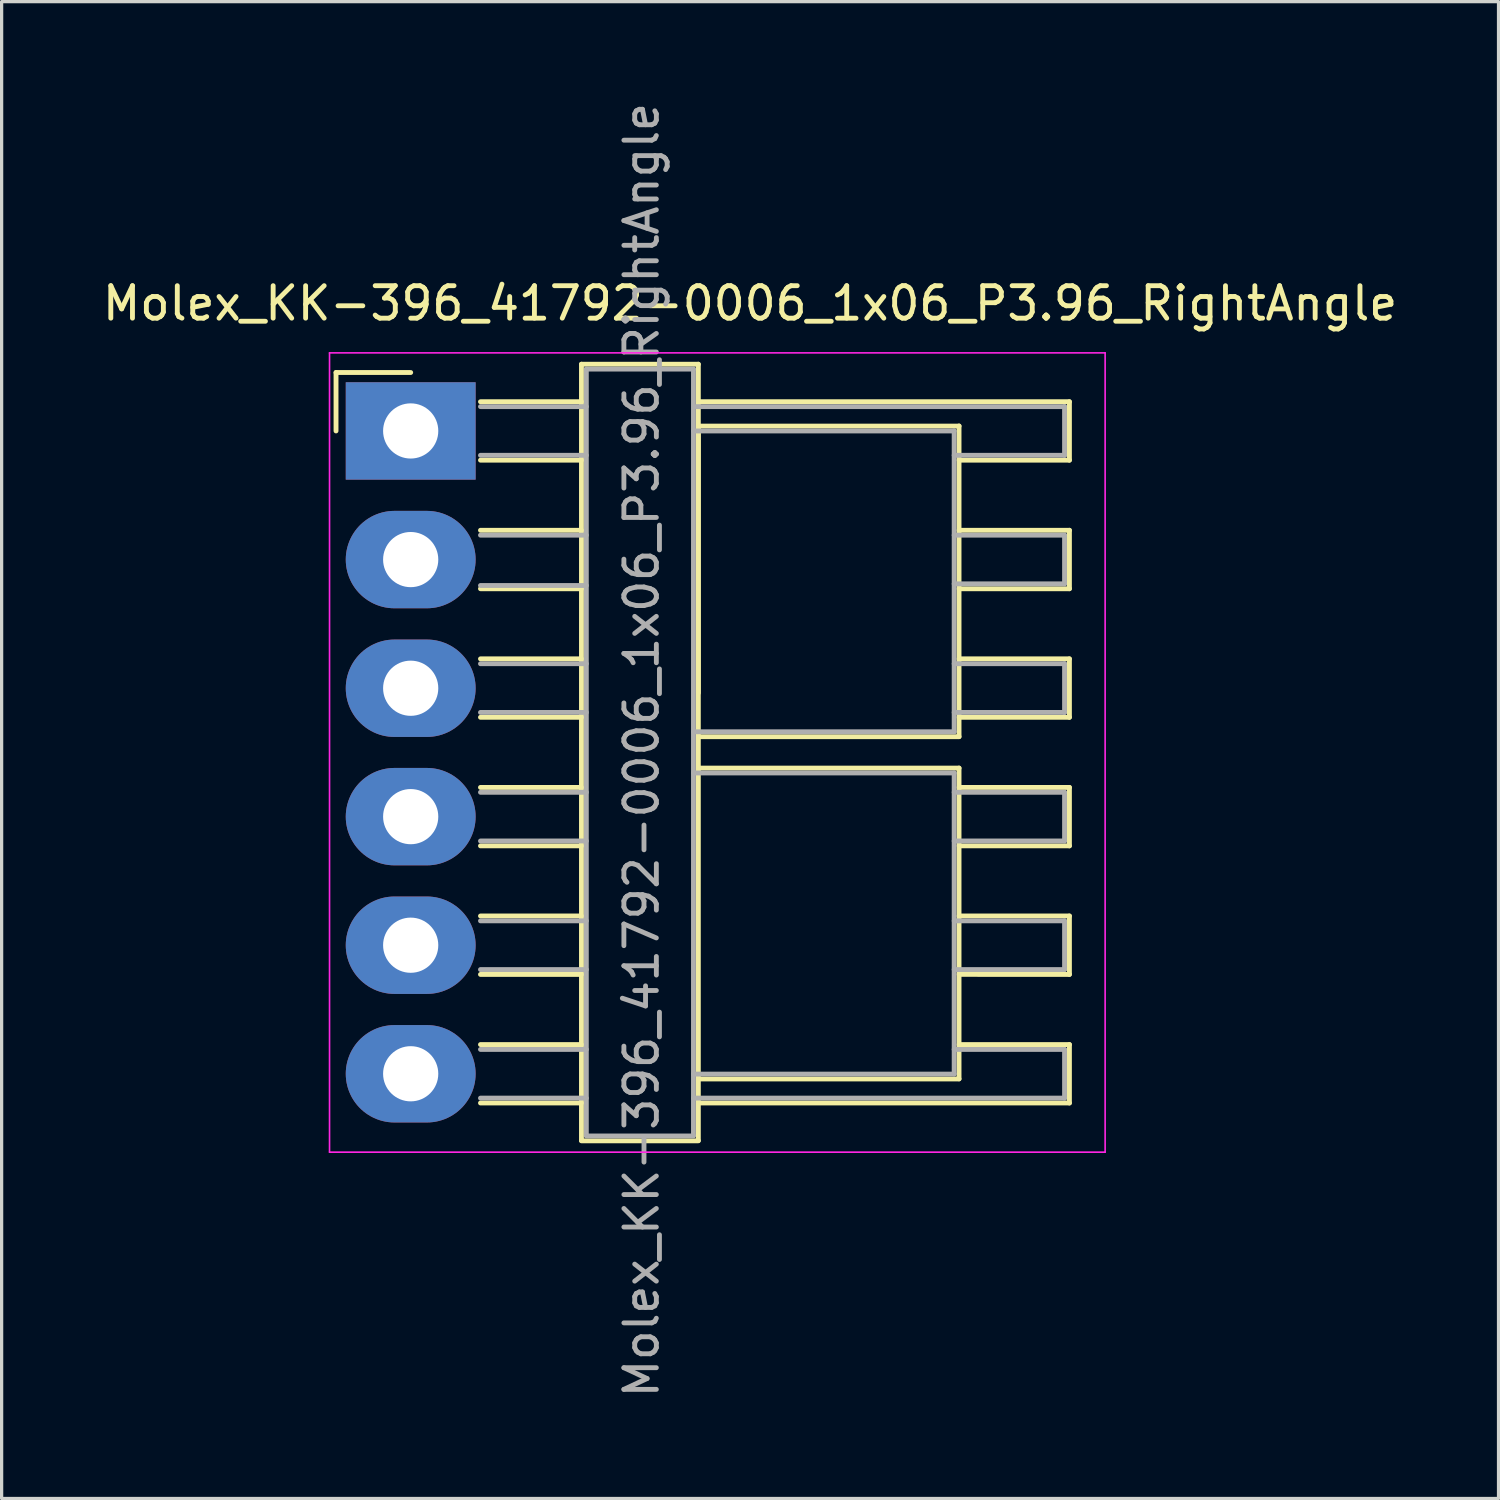
<source format=kicad_pcb>
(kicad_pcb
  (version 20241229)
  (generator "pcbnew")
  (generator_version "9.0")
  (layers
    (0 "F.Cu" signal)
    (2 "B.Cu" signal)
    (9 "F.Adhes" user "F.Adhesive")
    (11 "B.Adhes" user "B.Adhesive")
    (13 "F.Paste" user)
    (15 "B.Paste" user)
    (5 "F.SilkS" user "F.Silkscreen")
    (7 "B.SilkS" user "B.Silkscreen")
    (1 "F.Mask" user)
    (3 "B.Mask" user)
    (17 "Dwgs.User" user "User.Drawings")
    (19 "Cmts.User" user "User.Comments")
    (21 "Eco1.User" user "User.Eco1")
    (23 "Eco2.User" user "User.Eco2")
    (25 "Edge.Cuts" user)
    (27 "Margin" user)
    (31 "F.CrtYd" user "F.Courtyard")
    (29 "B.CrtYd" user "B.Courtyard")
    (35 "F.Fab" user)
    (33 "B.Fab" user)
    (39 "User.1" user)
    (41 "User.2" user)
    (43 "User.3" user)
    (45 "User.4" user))
  (footprint "Molex_KK-396_41792-0006_1x06_P3.96_RightAngle"
    (layer "F.Cu")
    (at 9.6 10.224)
    (property "Reference" "Molex_KK-396_41792-0006_1x06_P3.96_RightAngle" (at 10.454 -3.929 0) (layer "F.SilkS") (effects (font (size 1 1) (thickness 0.15))))
    (attr through_hole)
    (fp_line (start -2.3 -1.8) (end 0 -1.8) (stroke (width 0.15) (type solid)) (layer "F.SilkS"))
    (fp_line (start -2.3 0) (end -2.3 -1.8) (stroke (width 0.15) (type solid)) (layer "F.SilkS"))
    (fp_line (start 2.15 0.9) (end 5.26 0.9) (stroke (width 0.15) (type solid)) (layer "F.SilkS"))
    (fp_line (start 2.15 3.06) (end 5.26 3.06) (stroke (width 0.15) (type solid)) (layer "F.SilkS"))
    (fp_line (start 2.15 4.86) (end 5.26 4.86) (stroke (width 0.15) (type solid)) (layer "F.SilkS"))
    (fp_line (start 2.15 7.02) (end 5.26 7.02) (stroke (width 0.15) (type solid)) (layer "F.SilkS"))
    (fp_line (start 2.15 8.82) (end 5.26 8.82) (stroke (width 0.15) (type solid)) (layer "F.SilkS"))
    (fp_line (start 2.15 10.98) (end 5.26 10.98) (stroke (width 0.15) (type solid)) (layer "F.SilkS"))
    (fp_line (start 2.15 12.78) (end 5.26 12.78) (stroke (width 0.15) (type solid)) (layer "F.SilkS"))
    (fp_line (start 2.15 14.94) (end 5.26 14.94) (stroke (width 0.15) (type solid)) (layer "F.SilkS"))
    (fp_line (start 2.15 16.74) (end 5.26 16.74) (stroke (width 0.15) (type solid)) (layer "F.SilkS"))
    (fp_line (start 2.15 18.9) (end 5.26 18.9) (stroke (width 0.15) (type solid)) (layer "F.SilkS"))
    (fp_line (start 2.15 20.7) (end 5.26 20.7) (stroke (width 0.15) (type solid)) (layer "F.SilkS"))
    (fp_line (start 5.26 -2.055) (end 5.26 21.855) (stroke (width 0.15) (type solid)) (layer "F.SilkS"))
    (fp_line (start 5.26 -0.9) (end 2.15 -0.9) (stroke (width 0.15) (type solid)) (layer "F.SilkS"))
    (fp_line (start 8.86 -2.055) (end 5.26 -2.055) (stroke (width 0.15) (type solid)) (layer "F.SilkS"))
    (fp_line (start 8.86 -2.055) (end 8.86 21.855) (stroke (width 0.15) (type solid)) (layer "F.SilkS"))
    (fp_line (start 8.86 -0.9) (end 20.29 -0.9) (stroke (width 0.15) (type solid)) (layer "F.SilkS"))
    (fp_line (start 8.86 -0.15) (end 16.89 -0.15) (stroke (width 0.15) (type solid)) (layer "F.SilkS"))
    (fp_line (start 8.86 8.07) (end 8.86 -0.15) (stroke (width 0.15) (type solid)) (layer "F.SilkS"))
    (fp_line (start 8.86 21.865) (end 5.26 21.865) (stroke (width 0.15) (type solid)) (layer "F.SilkS"))
    (fp_line (start 16.89 0.9) (end 20.29 0.9) (stroke (width 0.15) (type solid)) (layer "F.SilkS"))
    (fp_line (start 16.89 3.06) (end 20.29 3.06) (stroke (width 0.15) (type solid)) (layer "F.SilkS"))
    (fp_line (start 16.89 7.02) (end 20.29 7.02) (stroke (width 0.15) (type solid)) (layer "F.SilkS"))
    (fp_line (start 16.89 9.417) (end 8.86 9.417) (stroke (width 0.15) (type solid)) (layer "F.SilkS"))
    (fp_line (start 16.89 9.417) (end 16.89 -0.153) (stroke (width 0.15) (type solid)) (layer "F.SilkS"))
    (fp_line (start 16.89 10.385) (end 8.86 10.385) (stroke (width 0.15) (type solid)) (layer "F.SilkS"))
    (fp_line (start 16.89 10.385) (end 16.89 19.955) (stroke (width 0.15) (type solid)) (layer "F.SilkS"))
    (fp_line (start 16.89 10.98) (end 20.29 10.98) (stroke (width 0.15) (type solid)) (layer "F.SilkS"))
    (fp_line (start 16.89 14.94) (end 20.29 14.94) (stroke (width 0.15) (type solid)) (layer "F.SilkS"))
    (fp_line (start 16.89 18.9) (end 20.29 18.9) (stroke (width 0.15) (type solid)) (layer "F.SilkS"))
    (fp_line (start 16.89 19.96) (end 8.86 19.96) (stroke (width 0.15) (type solid)) (layer "F.SilkS"))
    (fp_line (start 20.29 0.9) (end 20.29 -0.9) (stroke (width 0.15) (type solid)) (layer "F.SilkS"))
    (fp_line (start 20.29 3.06) (end 20.29 4.86) (stroke (width 0.15) (type solid)) (layer "F.SilkS"))
    (fp_line (start 20.29 4.86) (end 16.89 4.86) (stroke (width 0.15) (type solid)) (layer "F.SilkS"))
    (fp_line (start 20.29 7.02) (end 20.29 8.82) (stroke (width 0.15) (type solid)) (layer "F.SilkS"))
    (fp_line (start 20.29 8.82) (end 16.89 8.82) (stroke (width 0.15) (type solid)) (layer "F.SilkS"))
    (fp_line (start 20.29 10.98) (end 20.29 12.78) (stroke (width 0.15) (type solid)) (layer "F.SilkS"))
    (fp_line (start 20.29 12.78) (end 16.891 12.779) (stroke (width 0.15) (type solid)) (layer "F.SilkS"))
    (fp_line (start 20.29 14.94) (end 20.29 16.74) (stroke (width 0.15) (type solid)) (layer "F.SilkS"))
    (fp_line (start 20.29 16.74) (end 16.891 16.739) (stroke (width 0.15) (type solid)) (layer "F.SilkS"))
    (fp_line (start 20.29 18.9) (end 20.29 20.7) (stroke (width 0.15) (type solid)) (layer "F.SilkS"))
    (fp_line (start 20.29 20.7) (end 8.86 20.7) (stroke (width 0.15) (type solid)) (layer "F.SilkS"))
    (fp_line (start -2.5 -2.405) (end 21.39 -2.405) (stroke (width 0.05) (type solid)) (layer "F.CrtYd"))
    (fp_line (start -2.5 22.215) (end -2.5 -2.405) (stroke (width 0.05) (type solid)) (layer "F.CrtYd"))
    (fp_line (start 21.39 -2.405) (end 21.39 22.215) (stroke (width 0.05) (type solid)) (layer "F.CrtYd"))
    (fp_line (start 21.39 22.215) (end -2.5 22.215) (stroke (width 0.05) (type solid)) (layer "F.CrtYd"))
    (fp_line (start 2.15 0.75) (end 5.41 0.75) (stroke (width 0.15) (type solid)) (layer "F.Fab"))
    (fp_line (start 2.15 3.21) (end 5.41 3.21) (stroke (width 0.15) (type solid)) (layer "F.Fab"))
    (fp_line (start 2.15 4.76) (end 5.41 4.76) (stroke (width 0.15) (type solid)) (layer "F.Fab"))
    (fp_line (start 2.15 7.17) (end 5.41 7.17) (stroke (width 0.15) (type solid)) (layer "F.Fab"))
    (fp_line (start 2.15 8.67) (end 5.41 8.67) (stroke (width 0.15) (type solid)) (layer "F.Fab"))
    (fp_line (start 2.15 11.13) (end 5.41 11.13) (stroke (width 0.15) (type solid)) (layer "F.Fab"))
    (fp_line (start 2.15 12.63) (end 5.41 12.63) (stroke (width 0.15) (type solid)) (layer "F.Fab"))
    (fp_line (start 2.15 15.09) (end 5.41 15.09) (stroke (width 0.15) (type solid)) (layer "F.Fab"))
    (fp_line (start 2.15 16.59) (end 5.41 16.59) (stroke (width 0.15) (type solid)) (layer "F.Fab"))
    (fp_line (start 2.15 19.05) (end 5.41 19.05) (stroke (width 0.15) (type solid)) (layer "F.Fab"))
    (fp_line (start 2.15 20.55) (end 5.41 20.55) (stroke (width 0.15) (type solid)) (layer "F.Fab"))
    (fp_line (start 5.41 -1.905) (end 5.41 21.705) (stroke (width 0.15) (type solid)) (layer "F.Fab"))
    (fp_line (start 5.41 -0.75) (end 2.15 -0.75) (stroke (width 0.15) (type solid)) (layer "F.Fab"))
    (fp_line (start 5.41 21.715) (end 8.71 21.715) (stroke (width 0.15) (type solid)) (layer "F.Fab"))
    (fp_line (start 8.71 -1.905) (end 5.41 -1.905) (stroke (width 0.15) (type solid)) (layer "F.Fab"))
    (fp_line (start 8.71 0) (end 16.74 0) (stroke (width 0.15) (type solid)) (layer "F.Fab"))
    (fp_line (start 8.71 20.55) (end 20.14 20.55) (stroke (width 0.15) (type solid)) (layer "F.Fab"))
    (fp_line (start 8.71 21.705) (end 8.71 -1.905) (stroke (width 0.15) (type solid)) (layer "F.Fab"))
    (fp_line (start 16.74 -0.003) (end 16.74 9.267) (stroke (width 0.15) (type solid)) (layer "F.Fab"))
    (fp_line (start 16.74 0.75) (end 20.14 0.75) (stroke (width 0.15) (type solid)) (layer "F.Fab"))
    (fp_line (start 16.74 3.21) (end 20.14 3.21) (stroke (width 0.15) (type solid)) (layer "F.Fab"))
    (fp_line (start 16.74 4.71) (end 20.14 4.71) (stroke (width 0.15) (type solid)) (layer "F.Fab"))
    (fp_line (start 16.74 7.17) (end 20.14 7.17) (stroke (width 0.15) (type solid)) (layer "F.Fab"))
    (fp_line (start 16.74 8.67) (end 20.14 8.67) (stroke (width 0.15) (type solid)) (layer "F.Fab"))
    (fp_line (start 16.74 9.265) (end 8.71 9.265) (stroke (width 0.15) (type solid)) (layer "F.Fab"))
    (fp_line (start 16.74 10.535) (end 8.71 10.535) (stroke (width 0.15) (type solid)) (layer "F.Fab"))
    (fp_line (start 16.74 10.535) (end 16.74 19.805) (stroke (width 0.15) (type solid)) (layer "F.Fab"))
    (fp_line (start 16.74 12.63) (end 20.14 12.63) (stroke (width 0.15) (type solid)) (layer "F.Fab"))
    (fp_line (start 16.74 19.81) (end 8.71 19.81) (stroke (width 0.15) (type solid)) (layer "F.Fab"))
    (fp_line (start 20.14 -0.75) (end 8.8 -0.75) (stroke (width 0.15) (type solid)) (layer "F.Fab"))
    (fp_line (start 20.14 -0.75) (end 20.14 0.75) (stroke (width 0.15) (type solid)) (layer "F.Fab"))
    (fp_line (start 20.14 3.21) (end 20.14 4.71) (stroke (width 0.15) (type solid)) (layer "F.Fab"))
    (fp_line (start 20.14 8.67) (end 20.14 7.17) (stroke (width 0.15) (type solid)) (layer "F.Fab"))
    (fp_line (start 20.14 11.13) (end 16.74 11.13) (stroke (width 0.15) (type solid)) (layer "F.Fab"))
    (fp_line (start 20.14 12.63) (end 20.14 11.13) (stroke (width 0.15) (type solid)) (layer "F.Fab"))
    (fp_line (start 20.14 15.09) (end 16.74 15.09) (stroke (width 0.15) (type solid)) (layer "F.Fab"))
    (fp_line (start 20.14 16.59) (end 16.74 16.59) (stroke (width 0.15) (type solid)) (layer "F.Fab"))
    (fp_line (start 20.14 16.59) (end 20.14 15.09) (stroke (width 0.15) (type solid)) (layer "F.Fab"))
    (fp_line (start 20.14 19.05) (end 16.74 19.05) (stroke (width 0.15) (type solid)) (layer "F.Fab"))
    (fp_line (start 20.14 20.55) (end 20.14 19.05) (stroke (width 0.15) (type solid)) (layer "F.Fab"))
    (fp_text user "${REFERENCE}" (at 7.112 9.83 270) (layer "F.Fab") (effects (font (size 1 1) (thickness 0.15))))
    (pad "1" thru_hole rect (at 0 0 270) (size 3 4) (drill 1.7) (layers "*.Cu" "*.Mask"))
    (pad "2" thru_hole oval (at 0 3.962 270) (size 3 4) (drill 1.7) (layers "*.Cu" "*.Mask"))
    (pad "3" thru_hole oval (at 0 7.925 270) (size 3 4) (drill 1.7) (layers "*.Cu" "*.Mask"))
    (pad "4" thru_hole oval (at 0 11.88 270) (size 3 4) (drill 1.7) (layers "*.Cu" "*.Mask"))
    (pad "5" thru_hole oval (at 0 15.84 270) (size 3 4) (drill 1.7) (layers "*.Cu" "*.Mask"))
    (pad "6" thru_hole oval (at 0 19.8 270) (size 3 4) (drill 1.7) (layers "*.Cu" "*.Mask")))
  (gr_rect
    (start -3 -3)
    (end 43.107 43.107)
    (stroke (width 0.1) (type default))
    (fill no)
    (layer "Edge.Cuts")))
</source>
